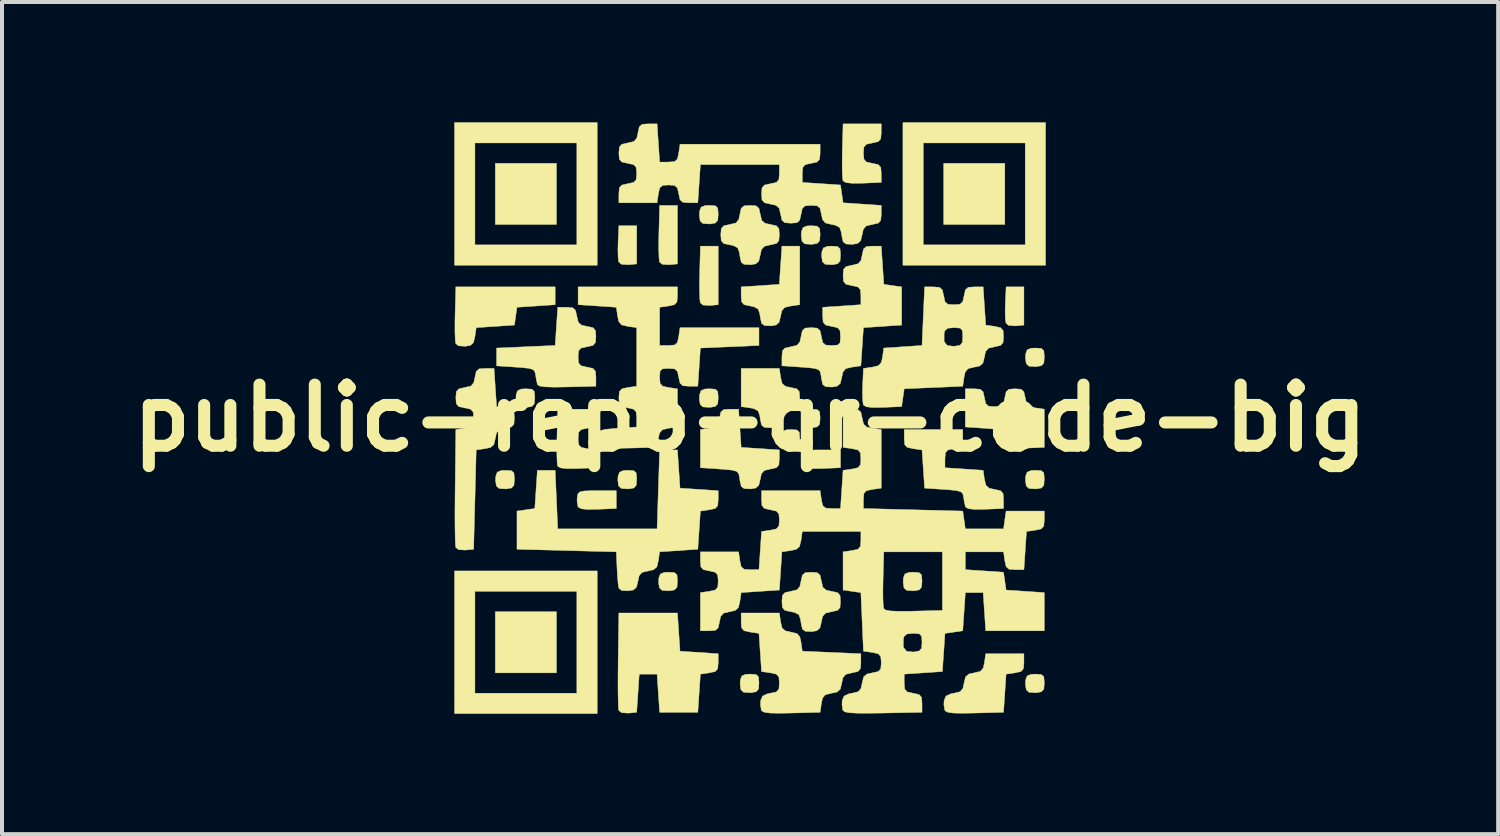
<source format=kicad_pcb>
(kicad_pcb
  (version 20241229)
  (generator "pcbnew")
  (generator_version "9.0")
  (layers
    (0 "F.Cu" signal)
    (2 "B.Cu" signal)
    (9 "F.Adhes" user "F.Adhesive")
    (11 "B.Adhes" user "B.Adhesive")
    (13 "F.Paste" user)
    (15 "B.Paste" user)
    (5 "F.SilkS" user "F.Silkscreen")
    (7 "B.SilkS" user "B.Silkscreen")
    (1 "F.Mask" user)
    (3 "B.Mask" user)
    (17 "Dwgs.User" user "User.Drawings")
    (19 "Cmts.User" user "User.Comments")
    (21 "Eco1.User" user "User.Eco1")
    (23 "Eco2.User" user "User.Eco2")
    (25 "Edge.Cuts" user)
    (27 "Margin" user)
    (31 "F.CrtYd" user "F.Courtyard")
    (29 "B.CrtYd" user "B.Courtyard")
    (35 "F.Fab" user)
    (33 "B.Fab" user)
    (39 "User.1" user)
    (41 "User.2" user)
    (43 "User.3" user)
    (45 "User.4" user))
  (footprint "public-repo-qr-code-big"
    (layer "F.Cu")
    (at 15.646 7.371)
    (property "Reference" "public-repo-qr-code-big" (at 0 0 0) (layer "F.SilkS") (effects (font (size 1.524 1.524) (thickness 0.3))))
    (attr through_hole)
    (fp_poly (pts (xy -4.826 -4.826) (xy -6.35 -4.826) (xy -6.35 -6.35) (xy -4.826 -6.35) (xy -4.826 -4.826)) (stroke (width 0.01) (type solid)) (fill yes) (layer "F.SilkS"))
    (fp_poly (pts (xy -4.826 6.35) (xy -6.35 6.35) (xy -6.35 4.826) (xy -4.826 4.826) (xy -4.826 6.35)) (stroke (width 0.01) (type solid)) (fill yes) (layer "F.SilkS"))
    (fp_poly (pts (xy 6.35 -4.826) (xy 4.826 -4.826) (xy 4.826 -6.35) (xy 6.35 -6.35) (xy 6.35 -4.826)) (stroke (width 0.01) (type solid)) (fill yes) (layer "F.SilkS"))
    (fp_poly (pts (xy -2.826 -3.842) (xy -3.033 -3.822) (xy -3.207 -3.834) (xy -3.274 -3.892) (xy -3.289 -4) (xy -3.294 -4.19) (xy -3.289 -4.388) (xy -3.27 -4.794) (xy -2.826 -4.794) (xy -2.826 -3.842)) (stroke (width 0.01) (type solid)) (fill yes) (layer "F.SilkS"))
    (fp_poly (pts (xy 6.826 -2.318) (xy 6.619 -2.298) (xy 6.445 -2.31) (xy 6.378 -2.368) (xy 6.363 -2.476) (xy 6.358 -2.666) (xy 6.363 -2.864) (xy 6.382 -3.27) (xy 6.826 -3.27) (xy 6.826 -2.318)) (stroke (width 0.01) (type solid)) (fill yes) (layer "F.SilkS"))
    (fp_poly (pts (xy -1.81 -3.842) (xy -2.017 -3.822) (xy -2.188 -3.833) (xy -2.257 -3.89) (xy -2.269 -3.987) (xy -2.276 -4.18) (xy -2.276 -4.438) (xy -2.272 -4.64) (xy -2.254 -5.302) (xy -1.81 -5.302) (xy -1.81 -3.842)) (stroke (width 0.01) (type solid)) (fill yes) (layer "F.SilkS"))
    (fp_poly (pts (xy -0.794 -2.826) (xy -1.001 -2.806) (xy -1.172 -2.817) (xy -1.241 -2.874) (xy -1.253 -2.971) (xy -1.26 -3.164) (xy -1.26 -3.422) (xy -1.256 -3.624) (xy -1.238 -4.286) (xy -0.794 -4.286) (xy -0.794 -2.826)) (stroke (width 0.01) (type solid)) (fill yes) (layer "F.SilkS"))
    (fp_poly (pts (xy -3.81 -3.81) (xy -7.366 -3.81) (xy -7.366 -6.858) (xy -6.858 -6.858) (xy -6.858 -4.318) (xy -4.318 -4.318) (xy -4.318 -6.858) (xy -6.858 -6.858) (xy -7.366 -6.858) (xy -7.366 -7.366) (xy -3.81 -7.366) (xy -3.81 -3.81)) (stroke (width 0.01) (type solid)) (fill yes) (layer "F.SilkS"))
    (fp_poly (pts (xy -3.81 7.366) (xy -7.366 7.366) (xy -7.366 4.318) (xy -6.858 4.318) (xy -6.858 6.858) (xy -4.318 6.858) (xy -4.318 4.318) (xy -6.858 4.318) (xy -7.366 4.318) (xy -7.366 3.81) (xy -3.81 3.81) (xy -3.81 7.366)) (stroke (width 0.01) (type solid)) (fill yes) (layer "F.SilkS"))
    (fp_poly (pts (xy 7.366 -3.81) (xy 3.81 -3.81) (xy 3.81 -6.858) (xy 4.318 -6.858) (xy 4.318 -4.318) (xy 6.858 -4.318) (xy 6.858 -6.858) (xy 4.318 -6.858) (xy 3.81 -6.858) (xy 3.81 -7.366) (xy 7.366 -7.366) (xy 7.366 -3.81)) (stroke (width 0.01) (type solid)) (fill yes) (layer "F.SilkS"))
    (fp_poly (pts (xy -5.947 1.312) (xy -5.886 1.367) (xy -5.874 1.507) (xy -5.874 1.524) (xy -5.885 1.675) (xy -5.945 1.742) (xy -6.081 1.766) (xy -6.257 1.754) (xy -6.324 1.691) (xy -6.344 1.554) (xy -6.339 1.449) (xy -6.302 1.348) (xy -6.204 1.307) (xy -6.096 1.302) (xy -5.947 1.312)) (stroke (width 0.01) (type solid)) (fill yes) (layer "F.SilkS"))
    (fp_poly (pts (xy -5.439 -0.72) (xy -5.378 -0.665) (xy -5.366 -0.525) (xy -5.366 -0.508) (xy -5.377 -0.357) (xy -5.437 -0.29) (xy -5.573 -0.266) (xy -5.749 -0.278) (xy -5.816 -0.341) (xy -5.836 -0.478) (xy -5.831 -0.583) (xy -5.794 -0.684) (xy -5.696 -0.725) (xy -5.588 -0.73) (xy -5.439 -0.72)) (stroke (width 0.01) (type solid)) (fill yes) (layer "F.SilkS"))
    (fp_poly (pts (xy -3.334 2.254) (xy -3.795 2.273) (xy -4.049 2.277) (xy -4.201 2.262) (xy -4.277 2.224) (xy -4.292 2.198) (xy -4.313 2.062) (xy -4.307 1.957) (xy -4.288 1.882) (xy -4.239 1.838) (xy -4.131 1.817) (xy -3.938 1.81) (xy -3.81 1.81) (xy -3.334 1.81) (xy -3.334 2.254)) (stroke (width 0.01) (type solid)) (fill yes) (layer "F.SilkS"))
    (fp_poly (pts (xy -2.899 1.312) (xy -2.838 1.367) (xy -2.826 1.507) (xy -2.826 1.524) (xy -2.837 1.675) (xy -2.897 1.742) (xy -3.033 1.766) (xy -3.209 1.754) (xy -3.276 1.691) (xy -3.296 1.554) (xy -3.291 1.449) (xy -3.254 1.348) (xy -3.156 1.307) (xy -3.048 1.302) (xy -2.899 1.312)) (stroke (width 0.01) (type solid)) (fill yes) (layer "F.SilkS"))
    (fp_poly (pts (xy -1.883 3.852) (xy -1.822 3.907) (xy -1.81 4.047) (xy -1.81 4.064) (xy -1.821 4.215) (xy -1.881 4.282) (xy -2.017 4.306) (xy -2.193 4.294) (xy -2.26 4.231) (xy -2.28 4.094) (xy -2.275 3.989) (xy -2.238 3.888) (xy -2.14 3.847) (xy -2.032 3.842) (xy -1.883 3.852)) (stroke (width 0.01) (type solid)) (fill yes) (layer "F.SilkS"))
    (fp_poly (pts (xy -0.867 -5.292) (xy -0.806 -5.237) (xy -0.794 -5.097) (xy -0.794 -5.08) (xy -0.805 -4.929) (xy -0.865 -4.862) (xy -1.001 -4.838) (xy -1.177 -4.85) (xy -1.244 -4.913) (xy -1.264 -5.05) (xy -1.259 -5.155) (xy -1.222 -5.256) (xy -1.124 -5.297) (xy -1.016 -5.302) (xy -0.867 -5.292)) (stroke (width 0.01) (type solid)) (fill yes) (layer "F.SilkS"))
    (fp_poly (pts (xy -0.867 -0.72) (xy -0.806 -0.665) (xy -0.794 -0.525) (xy -0.794 -0.508) (xy -0.805 -0.357) (xy -0.865 -0.29) (xy -1.001 -0.266) (xy -1.177 -0.278) (xy -1.244 -0.341) (xy -1.264 -0.478) (xy -1.259 -0.583) (xy -1.222 -0.684) (xy -1.124 -0.725) (xy -1.016 -0.73) (xy -0.867 -0.72)) (stroke (width 0.01) (type solid)) (fill yes) (layer "F.SilkS"))
    (fp_poly (pts (xy 0.149 6.392) (xy 0.21 6.447) (xy 0.222 6.587) (xy 0.222 6.604) (xy 0.211 6.755) (xy 0.151 6.822) (xy 0.015 6.846) (xy -0.161 6.834) (xy -0.228 6.771) (xy -0.248 6.634) (xy -0.243 6.529) (xy -0.206 6.428) (xy -0.108 6.387) (xy 0 6.382) (xy 0.149 6.392)) (stroke (width 0.01) (type solid)) (fill yes) (layer "F.SilkS"))
    (fp_poly (pts (xy 1.165 0.296) (xy 1.226 0.351) (xy 1.238 0.491) (xy 1.238 0.508) (xy 1.227 0.659) (xy 1.167 0.726) (xy 1.031 0.75) (xy 0.855 0.738) (xy 0.788 0.675) (xy 0.768 0.538) (xy 0.773 0.433) (xy 0.81 0.332) (xy 0.908 0.291) (xy 1.016 0.286) (xy 1.165 0.296)) (stroke (width 0.01) (type solid)) (fill yes) (layer "F.SilkS"))
    (fp_poly (pts (xy 1.673 -4.784) (xy 1.734 -4.729) (xy 1.746 -4.589) (xy 1.746 -4.572) (xy 1.735 -4.421) (xy 1.675 -4.354) (xy 1.539 -4.33) (xy 1.363 -4.342) (xy 1.296 -4.405) (xy 1.276 -4.542) (xy 1.281 -4.647) (xy 1.318 -4.748) (xy 1.416 -4.789) (xy 1.524 -4.794) (xy 1.673 -4.784)) (stroke (width 0.01) (type solid)) (fill yes) (layer "F.SilkS"))
    (fp_poly (pts (xy 1.673 -0.212) (xy 1.734 -0.157) (xy 1.746 -0.017) (xy 1.746 0) (xy 1.735 0.151) (xy 1.675 0.218) (xy 1.539 0.242) (xy 1.363 0.23) (xy 1.296 0.167) (xy 1.276 0.03) (xy 1.281 -0.075) (xy 1.318 -0.176) (xy 1.416 -0.217) (xy 1.524 -0.222) (xy 1.673 -0.212)) (stroke (width 0.01) (type solid)) (fill yes) (layer "F.SilkS"))
    (fp_poly (pts (xy 2.181 -4.276) (xy 2.242 -4.221) (xy 2.254 -4.081) (xy 2.254 -4.064) (xy 2.243 -3.913) (xy 2.183 -3.846) (xy 2.047 -3.822) (xy 1.871 -3.834) (xy 1.804 -3.897) (xy 1.784 -4.034) (xy 1.789 -4.139) (xy 1.826 -4.24) (xy 1.924 -4.281) (xy 2.032 -4.286) (xy 2.181 -4.276)) (stroke (width 0.01) (type solid)) (fill yes) (layer "F.SilkS"))
    (fp_poly (pts (xy 2.254 1.238) (xy 1.793 1.257) (xy 1.539 1.261) (xy 1.387 1.246) (xy 1.311 1.208) (xy 1.296 1.182) (xy 1.275 1.046) (xy 1.281 0.941) (xy 1.3 0.866) (xy 1.349 0.822) (xy 1.457 0.801) (xy 1.65 0.794) (xy 1.778 0.794) (xy 2.254 0.794) (xy 2.254 1.238)) (stroke (width 0.01) (type solid)) (fill yes) (layer "F.SilkS"))
    (fp_poly (pts (xy 4.213 3.852) (xy 4.274 3.907) (xy 4.286 4.047) (xy 4.286 4.064) (xy 4.275 4.215) (xy 4.215 4.282) (xy 4.079 4.306) (xy 3.903 4.294) (xy 3.836 4.231) (xy 3.816 4.094) (xy 3.821 3.989) (xy 3.858 3.888) (xy 3.956 3.847) (xy 4.064 3.842) (xy 4.213 3.852)) (stroke (width 0.01) (type solid)) (fill yes) (layer "F.SilkS"))
    (fp_poly (pts (xy 7.261 -1.736) (xy 7.322 -1.681) (xy 7.334 -1.541) (xy 7.334 -1.524) (xy 7.323 -1.373) (xy 7.263 -1.306) (xy 7.127 -1.282) (xy 6.951 -1.294) (xy 6.884 -1.357) (xy 6.864 -1.494) (xy 6.869 -1.599) (xy 6.906 -1.7) (xy 7.004 -1.741) (xy 7.112 -1.746) (xy 7.261 -1.736)) (stroke (width 0.01) (type solid)) (fill yes) (layer "F.SilkS"))
    (fp_poly (pts (xy 7.261 1.312) (xy 7.322 1.367) (xy 7.334 1.507) (xy 7.334 1.524) (xy 7.323 1.675) (xy 7.263 1.742) (xy 7.127 1.766) (xy 6.951 1.754) (xy 6.884 1.691) (xy 6.864 1.554) (xy 6.869 1.449) (xy 6.906 1.348) (xy 7.004 1.307) (xy 7.112 1.302) (xy 7.261 1.312)) (stroke (width 0.01) (type solid)) (fill yes) (layer "F.SilkS"))
    (fp_poly (pts (xy 7.261 6.392) (xy 7.322 6.447) (xy 7.334 6.587) (xy 7.334 6.604) (xy 7.323 6.755) (xy 7.263 6.822) (xy 7.127 6.846) (xy 6.951 6.834) (xy 6.884 6.771) (xy 6.864 6.634) (xy 6.869 6.529) (xy 6.906 6.428) (xy 7.004 6.387) (xy 7.112 6.382) (xy 7.261 6.392)) (stroke (width 0.01) (type solid)) (fill yes) (layer "F.SilkS"))
    (fp_poly (pts (xy -4.858 -2.826) (xy -5.81 -2.762) (xy -5.874 -2.318) (xy -6.826 -2.254) (xy -6.858 -2.032) (xy -6.895 -1.88) (xy -6.972 -1.812) (xy -7.097 -1.79) (xy -7.268 -1.801) (xy -7.337 -1.858) (xy -7.349 -1.955) (xy -7.356 -2.148) (xy -7.356 -2.406) (xy -7.352 -2.608) (xy -7.334 -3.27) (xy -4.858 -3.27) (xy -4.858 -2.826)) (stroke (width 0.01) (type solid)) (fill yes) (layer "F.SilkS"))
    (fp_poly (pts (xy -1.746 5.81) (xy -0.794 5.874) (xy -0.794 6.096) (xy -0.806 6.247) (xy -0.868 6.317) (xy -1.016 6.35) (xy -1.238 6.382) (xy -1.302 7.334) (xy -2.254 7.334) (xy -2.318 6.382) (xy -2.762 6.382) (xy -2.826 7.334) (xy -3.033 7.354) (xy -3.201 7.344) (xy -3.272 7.289) (xy -3.282 7.2) (xy -3.288 7.007) (xy -3.292 6.73) (xy -3.291 6.391) (xy -3.288 6.03) (xy -3.27 4.858) (xy -1.81 4.858) (xy -1.746 5.81)) (stroke (width 0.01) (type solid)) (fill yes) (layer "F.SilkS"))
    (fp_poly (pts (xy 1.238 -2.826) (xy 1.016 -2.794) (xy 0.862 -2.757) (xy 0.791 -2.674) (xy 0.762 -2.54) (xy 0.725 -2.388) (xy 0.648 -2.32) (xy 0.523 -2.298) (xy 0.358 -2.307) (xy 0.288 -2.361) (xy 0.259 -2.488) (xy 0.241 -2.603) (xy 0.201 -2.718) (xy 0.093 -2.776) (xy 0 -2.794) (xy -0.149 -2.827) (xy -0.211 -2.898) (xy -0.222 -3.048) (xy -0.222 -3.27) (xy 0.73 -3.334) (xy 0.794 -4.286) (xy 1.238 -4.286) (xy 1.238 -2.826)) (stroke (width 0.01) (type solid)) (fill yes) (layer "F.SilkS"))
    (fp_poly (pts (xy -3.842 0) (xy -3.854 0.151) (xy -3.916 0.221) (xy -4.064 0.254) (xy -4.213 0.287) (xy -4.275 0.358) (xy -4.286 0.508) (xy -4.274 0.659) (xy -4.212 0.729) (xy -4.064 0.762) (xy -3.915 0.795) (xy -3.853 0.866) (xy -3.842 1.016) (xy -3.842 1.238) (xy -4.303 1.257) (xy -4.563 1.26) (xy -4.719 1.243) (xy -4.791 1.202) (xy -4.798 1.189) (xy -4.81 1.092) (xy -4.816 0.9) (xy -4.816 0.642) (xy -4.812 0.44) (xy -4.794 -0.222) (xy -3.842 -0.222) (xy -3.842 0)) (stroke (width 0.01) (type solid)) (fill yes) (layer "F.SilkS"))
    (fp_poly (pts (xy 3.27 -7.112) (xy 3.258 -6.961) (xy 3.196 -6.891) (xy 3.048 -6.858) (xy 2.899 -6.825) (xy 2.837 -6.754) (xy 2.826 -6.604) (xy 2.838 -6.453) (xy 2.9 -6.383) (xy 3.048 -6.35) (xy 3.197 -6.317) (xy 3.259 -6.246) (xy 3.27 -6.096) (xy 3.27 -5.874) (xy 2.809 -5.855) (xy 2.549 -5.852) (xy 2.393 -5.869) (xy 2.321 -5.91) (xy 2.314 -5.923) (xy 2.302 -6.02) (xy 2.296 -6.212) (xy 2.296 -6.47) (xy 2.3 -6.672) (xy 2.318 -7.334) (xy 3.27 -7.334) (xy 3.27 -7.112)) (stroke (width 0.01) (type solid)) (fill yes) (layer "F.SilkS"))
    (fp_poly (pts (xy 0.762 -1.016) (xy 0.799 -0.862) (xy 0.882 -0.791) (xy 1.016 -0.762) (xy 1.165 -0.729) (xy 1.227 -0.658) (xy 1.238 -0.508) (xy 1.226 -0.357) (xy 1.164 -0.287) (xy 1.016 -0.254) (xy 0.862 -0.217) (xy 0.791 -0.134) (xy 0.762 0) (xy 0.725 0.152) (xy 0.648 0.22) (xy 0.523 0.242) (xy 0.358 0.233) (xy 0.288 0.179) (xy 0.259 0.052) (xy 0.241 -0.064) (xy 0.201 -0.178) (xy 0.093 -0.236) (xy 0 -0.254) (xy -0.222 -0.286) (xy -0.222 -1.238) (xy 0.73 -1.238) (xy 0.762 -1.016)) (stroke (width 0.01) (type solid)) (fill yes) (layer "F.SilkS"))
    (fp_poly (pts (xy 6.826 6.096) (xy 6.814 6.247) (xy 6.752 6.317) (xy 6.604 6.35) (xy 6.382 6.382) (xy 6.318 7.334) (xy 5.603 7.352) (xy 5.281 7.357) (xy 5.064 7.352) (xy 4.934 7.334) (xy 4.868 7.302) (xy 4.852 7.277) (xy 4.831 7.142) (xy 4.837 7.037) (xy 4.884 6.928) (xy 5.007 6.871) (xy 5.08 6.858) (xy 5.234 6.821) (xy 5.305 6.738) (xy 5.334 6.604) (xy 5.371 6.45) (xy 5.454 6.379) (xy 5.588 6.35) (xy 5.742 6.313) (xy 5.813 6.23) (xy 5.842 6.096) (xy 5.874 5.874) (xy 6.826 5.874) (xy 6.826 6.096)) (stroke (width 0.01) (type solid)) (fill yes) (layer "F.SilkS"))
    (fp_poly (pts (xy -0.222 0.73) (xy 0.73 0.794) (xy 0.73 1.016) (xy 0.718 1.167) (xy 0.656 1.237) (xy 0.508 1.27) (xy 0.354 1.307) (xy 0.283 1.39) (xy 0.254 1.524) (xy 0.217 1.676) (xy 0.14 1.744) (xy 0.015 1.766) (xy -0.15 1.757) (xy -0.22 1.703) (xy -0.249 1.576) (xy -0.267 1.46) (xy -0.285 1.379) (xy -0.333 1.329) (xy -0.439 1.299) (xy -0.632 1.279) (xy -0.762 1.27) (xy -1.238 1.238) (xy -1.238 0.286) (xy -1.016 0.254) (xy -0.862 0.217) (xy -0.791 0.134) (xy -0.762 0) (xy -0.729 -0.149) (xy -0.658 -0.211) (xy -0.508 -0.222) (xy -0.286 -0.222) (xy -0.222 0.73)) (stroke (width 0.01) (type solid)) (fill yes) (layer "F.SilkS"))
    (fp_poly (pts (xy -1.746 1.746) (xy -0.794 1.81) (xy -0.794 2.032) (xy -0.806 2.183) (xy -0.868 2.253) (xy -1.016 2.286) (xy -1.238 2.318) (xy -1.302 3.27) (xy -2.254 3.334) (xy -2.286 3.556) (xy -2.323 3.71) (xy -2.406 3.781) (xy -2.54 3.81) (xy -2.694 3.847) (xy -2.765 3.93) (xy -2.794 4.064) (xy -2.831 4.216) (xy -2.908 4.284) (xy -3.033 4.306) (xy -3.199 4.297) (xy -3.269 4.243) (xy -3.287 4.139) (xy -3.305 3.951) (xy -3.316 3.747) (xy -3.334 3.334) (xy -5.81 3.27) (xy -5.81 2.318) (xy -5.366 2.254) (xy -5.302 1.302) (xy -4.858 1.302) (xy -4.794 2.762) (xy -2.318 2.762) (xy -2.254 0.794) (xy -1.81 0.794) (xy -1.746 1.746)) (stroke (width 0.01) (type solid)) (fill yes) (layer "F.SilkS"))
    (fp_poly (pts (xy 5.739 -0.718) (xy 5.809 -0.656) (xy 5.842 -0.508) (xy 5.875 -0.359) (xy 5.946 -0.297) (xy 6.096 -0.286) (xy 6.247 -0.298) (xy 6.317 -0.36) (xy 6.35 -0.508) (xy 6.383 -0.657) (xy 6.454 -0.719) (xy 6.604 -0.73) (xy 6.755 -0.718) (xy 6.825 -0.656) (xy 6.858 -0.508) (xy 6.895 -0.354) (xy 6.978 -0.283) (xy 7.112 -0.254) (xy 7.334 -0.222) (xy 7.334 0.73) (xy 6.873 0.749) (xy 6.608 0.752) (xy 6.452 0.733) (xy 6.386 0.69) (xy 6.384 0.685) (xy 6.355 0.56) (xy 6.337 0.445) (xy 6.319 0.363) (xy 6.271 0.313) (xy 6.165 0.283) (xy 5.972 0.263) (xy 5.842 0.254) (xy 5.366 0.222) (xy 5.366 -0.73) (xy 5.588 -0.73) (xy 5.739 -0.718)) (stroke (width 0.01) (type solid)) (fill yes) (layer "F.SilkS"))
    (fp_poly (pts (xy 0.151 -5.29) (xy 0.221 -5.228) (xy 0.254 -5.08) (xy 0.291 -4.926) (xy 0.374 -4.855) (xy 0.508 -4.826) (xy 0.657 -4.793) (xy 0.719 -4.722) (xy 0.73 -4.572) (xy 0.718 -4.421) (xy 0.656 -4.351) (xy 0.508 -4.318) (xy 0.354 -4.281) (xy 0.283 -4.198) (xy 0.254 -4.064) (xy 0.217 -3.912) (xy 0.14 -3.844) (xy 0.015 -3.822) (xy -0.15 -3.831) (xy -0.22 -3.885) (xy -0.249 -4.012) (xy -0.267 -4.128) (xy -0.307 -4.242) (xy -0.415 -4.3) (xy -0.508 -4.318) (xy -0.657 -4.351) (xy -0.719 -4.422) (xy -0.73 -4.572) (xy -0.718 -4.723) (xy -0.656 -4.793) (xy -0.508 -4.826) (xy -0.354 -4.863) (xy -0.283 -4.946) (xy -0.254 -5.08) (xy -0.221 -5.229) (xy -0.15 -5.291) (xy 0 -5.302) (xy 0.151 -5.29)) (stroke (width 0.01) (type solid)) (fill yes) (layer "F.SilkS"))
    (fp_poly (pts (xy 1.675 3.854) (xy 1.745 3.916) (xy 1.778 4.064) (xy 1.815 4.218) (xy 1.898 4.289) (xy 2.032 4.318) (xy 2.181 4.351) (xy 2.243 4.422) (xy 2.254 4.572) (xy 2.242 4.723) (xy 2.18 4.793) (xy 2.032 4.826) (xy 1.878 4.863) (xy 1.807 4.946) (xy 1.778 5.08) (xy 1.741 5.232) (xy 1.664 5.3) (xy 1.539 5.322) (xy 1.374 5.313) (xy 1.304 5.259) (xy 1.275 5.132) (xy 1.257 5.016) (xy 1.217 4.902) (xy 1.109 4.844) (xy 1.016 4.826) (xy 0.867 4.793) (xy 0.805 4.722) (xy 0.794 4.572) (xy 0.806 4.421) (xy 0.868 4.351) (xy 1.016 4.318) (xy 1.17 4.281) (xy 1.241 4.198) (xy 1.27 4.064) (xy 1.303 3.915) (xy 1.374 3.853) (xy 1.524 3.842) (xy 1.675 3.854)) (stroke (width 0.01) (type solid)) (fill yes) (layer "F.SilkS"))
    (fp_poly (pts (xy 5.302 0.508) (xy 5.29 0.659) (xy 5.228 0.729) (xy 5.08 0.762) (xy 4.931 0.795) (xy 4.869 0.866) (xy 4.858 1.016) (xy 4.858 1.238) (xy 5.81 1.302) (xy 5.842 1.524) (xy 5.879 1.678) (xy 5.962 1.749) (xy 6.096 1.778) (xy 6.245 1.811) (xy 6.307 1.882) (xy 6.318 2.032) (xy 6.318 2.254) (xy 5.857 2.273) (xy 5.592 2.276) (xy 5.436 2.257) (xy 5.37 2.214) (xy 5.368 2.209) (xy 5.339 2.084) (xy 5.321 1.968) (xy 5.303 1.887) (xy 5.255 1.837) (xy 5.149 1.807) (xy 4.956 1.787) (xy 4.826 1.778) (xy 4.35 1.746) (xy 4.286 0.794) (xy 4.064 0.762) (xy 3.915 0.729) (xy 3.853 0.658) (xy 3.842 0.508) (xy 3.842 0.286) (xy 5.302 0.286) (xy 5.302 0.508)) (stroke (width 0.01) (type solid)) (fill yes) (layer "F.SilkS"))
    (fp_poly (pts (xy -4.421 -2.75) (xy -4.351 -2.688) (xy -4.318 -2.54) (xy -4.281 -2.386) (xy -4.198 -2.315) (xy -4.064 -2.286) (xy -3.915 -2.253) (xy -3.853 -2.182) (xy -3.842 -2.032) (xy -3.854 -1.881) (xy -3.916 -1.811) (xy -4.064 -1.778) (xy -4.213 -1.745) (xy -4.275 -1.674) (xy -4.286 -1.524) (xy -4.274 -1.373) (xy -4.212 -1.303) (xy -4.064 -1.27) (xy -3.915 -1.237) (xy -3.853 -1.166) (xy -3.842 -1.016) (xy -3.842 -0.794) (xy -4.557 -0.776) (xy -4.891 -0.771) (xy -5.114 -0.779) (xy -5.245 -0.799) (xy -5.299 -0.835) (xy -5.3 -0.839) (xy -5.329 -0.964) (xy -5.347 -1.079) (xy -5.365 -1.161) (xy -5.413 -1.211) (xy -5.519 -1.241) (xy -5.712 -1.261) (xy -5.842 -1.27) (xy -6.318 -1.302) (xy -6.318 -1.746) (xy -4.858 -1.81) (xy -4.794 -2.762) (xy -4.572 -2.762) (xy -4.421 -2.75)) (stroke (width 0.01) (type solid)) (fill yes) (layer "F.SilkS"))
    (fp_poly (pts (xy -6.318 -0.286) (xy -6.096 -0.254) (xy -5.947 -0.221) (xy -5.885 -0.15) (xy -5.874 0) (xy -5.886 0.151) (xy -5.948 0.221) (xy -6.096 0.254) (xy -6.25 0.291) (xy -6.321 0.374) (xy -6.35 0.508) (xy -6.387 0.662) (xy -6.47 0.733) (xy -6.604 0.762) (xy -6.826 0.794) (xy -6.89 3.27) (xy -7.097 3.29) (xy -7.265 3.28) (xy -7.336 3.225) (xy -7.345 3.139) (xy -7.351 2.946) (xy -7.355 2.664) (xy -7.356 2.314) (xy -7.353 1.914) (xy -7.351 1.713) (xy -7.334 0.286) (xy -7.112 0.254) (xy -6.963 0.221) (xy -6.901 0.15) (xy -6.89 0) (xy -6.902 -0.151) (xy -6.964 -0.221) (xy -7.112 -0.254) (xy -7.261 -0.287) (xy -7.323 -0.358) (xy -7.334 -0.508) (xy -7.322 -0.659) (xy -7.26 -0.729) (xy -7.112 -0.762) (xy -6.958 -0.799) (xy -6.887 -0.882) (xy -6.858 -1.016) (xy -6.825 -1.165) (xy -6.754 -1.227) (xy -6.604 -1.238) (xy -6.382 -1.238) (xy -6.318 -0.286)) (stroke (width 0.01) (type solid)) (fill yes) (layer "F.SilkS"))
    (fp_poly (pts (xy 0.762 5.08) (xy 0.799 5.234) (xy 0.882 5.305) (xy 1.016 5.334) (xy 1.17 5.371) (xy 1.241 5.454) (xy 1.27 5.588) (xy 1.302 5.81) (xy 2.762 5.874) (xy 2.762 6.096) (xy 2.75 6.247) (xy 2.688 6.317) (xy 2.54 6.35) (xy 2.386 6.387) (xy 2.315 6.47) (xy 2.286 6.604) (xy 2.249 6.758) (xy 2.166 6.829) (xy 2.032 6.858) (xy 1.878 6.895) (xy 1.807 6.978) (xy 1.778 7.112) (xy 1.746 7.334) (xy 1.031 7.352) (xy 0.709 7.357) (xy 0.492 7.352) (xy 0.362 7.334) (xy 0.296 7.302) (xy 0.28 7.277) (xy 0.259 7.142) (xy 0.265 7.037) (xy 0.312 6.928) (xy 0.435 6.871) (xy 0.508 6.858) (xy 0.657 6.825) (xy 0.719 6.754) (xy 0.73 6.604) (xy 0.718 6.453) (xy 0.656 6.383) (xy 0.508 6.35) (xy 0.286 6.318) (xy 0.222 5.366) (xy 0 5.334) (xy -0.149 5.301) (xy -0.211 5.23) (xy -0.222 5.08) (xy -0.222 4.858) (xy 0.73 4.858) (xy 0.762 5.08)) (stroke (width 0.01) (type solid)) (fill yes) (layer "F.SilkS"))
    (fp_poly (pts (xy 3.334 -3.334) (xy 3.778 -3.27) (xy 3.778 -2.318) (xy 2.826 -2.254) (xy 2.762 -1.302) (xy 2.54 -1.27) (xy 2.386 -1.233) (xy 2.315 -1.15) (xy 2.286 -1.016) (xy 2.249 -0.864) (xy 2.172 -0.796) (xy 2.047 -0.774) (xy 1.882 -0.783) (xy 1.812 -0.837) (xy 1.783 -0.964) (xy 1.765 -1.079) (xy 1.747 -1.161) (xy 1.699 -1.211) (xy 1.593 -1.241) (xy 1.4 -1.261) (xy 1.27 -1.27) (xy 0.794 -1.302) (xy 0.794 -1.524) (xy 0.806 -1.675) (xy 0.868 -1.745) (xy 1.016 -1.778) (xy 1.17 -1.815) (xy 1.241 -1.898) (xy 1.27 -2.032) (xy 1.303 -2.181) (xy 1.374 -2.243) (xy 1.524 -2.254) (xy 1.675 -2.242) (xy 1.745 -2.18) (xy 1.778 -2.032) (xy 1.811 -1.883) (xy 1.882 -1.821) (xy 2.032 -1.81) (xy 2.181 -1.82) (xy 2.242 -1.875) (xy 2.254 -2.015) (xy 2.254 -2.032) (xy 2.242 -2.183) (xy 2.18 -2.253) (xy 2.032 -2.286) (xy 1.883 -2.319) (xy 1.821 -2.39) (xy 1.81 -2.54) (xy 1.81 -2.762) (xy 2.762 -2.826) (xy 2.762 -3.048) (xy 2.75 -3.199) (xy 2.688 -3.269) (xy 2.54 -3.302) (xy 2.391 -3.335) (xy 2.329 -3.406) (xy 2.318 -3.556) (xy 2.33 -3.707) (xy 2.392 -3.777) (xy 2.54 -3.81) (xy 2.694 -3.847) (xy 2.765 -3.93) (xy 2.794 -4.064) (xy 2.827 -4.213) (xy 2.898 -4.275) (xy 3.048 -4.286) (xy 3.27 -4.286) (xy 3.334 -3.334)) (stroke (width 0.01) (type solid)) (fill yes) (layer "F.SilkS"))
    (fp_poly (pts (xy 4.723 -3.258) (xy 4.793 -3.196) (xy 4.826 -3.048) (xy 4.859 -2.899) (xy 4.93 -2.837) (xy 5.08 -2.826) (xy 5.231 -2.838) (xy 5.301 -2.9) (xy 5.334 -3.048) (xy 5.367 -3.197) (xy 5.438 -3.259) (xy 5.588 -3.27) (xy 5.81 -3.27) (xy 5.874 -2.318) (xy 6.096 -2.286) (xy 6.245 -2.253) (xy 6.307 -2.182) (xy 6.318 -2.032) (xy 6.306 -1.881) (xy 6.244 -1.811) (xy 6.096 -1.778) (xy 5.942 -1.741) (xy 5.871 -1.658) (xy 5.842 -1.524) (xy 5.805 -1.37) (xy 5.722 -1.299) (xy 5.588 -1.27) (xy 5.434 -1.233) (xy 5.363 -1.15) (xy 5.334 -1.016) (xy 5.302 -0.794) (xy 3.842 -0.73) (xy 3.778 -0.286) (xy 3.317 -0.267) (xy 3.059 -0.263) (xy 2.905 -0.28) (xy 2.831 -0.32) (xy 2.822 -0.337) (xy 2.807 -0.444) (xy 2.802 -0.634) (xy 2.807 -0.832) (xy 2.826 -1.238) (xy 3.048 -1.27) (xy 3.202 -1.307) (xy 3.273 -1.39) (xy 3.302 -1.524) (xy 3.334 -1.746) (xy 4.286 -1.81) (xy 4.299 -2.107) (xy 4.837 -2.107) (xy 4.837 -1.91) (xy 4.915 -1.808) (xy 5.081 -1.789) (xy 5.095 -1.79) (xy 5.235 -1.816) (xy 5.292 -1.885) (xy 5.302 -2.032) (xy 5.292 -2.181) (xy 5.237 -2.242) (xy 5.097 -2.254) (xy 5.08 -2.254) (xy 4.925 -2.239) (xy 4.855 -2.178) (xy 4.837 -2.107) (xy 4.299 -2.107) (xy 4.35 -3.27) (xy 4.572 -3.27) (xy 4.723 -3.258)) (stroke (width 0.01) (type solid)) (fill yes) (layer "F.SilkS"))
    (fp_poly (pts (xy -1.81 -3.048) (xy -1.822 -2.897) (xy -1.884 -2.827) (xy -2.032 -2.794) (xy -2.254 -2.762) (xy -2.254 -1.81) (xy -2.032 -1.81) (xy -1.881 -1.822) (xy -1.811 -1.884) (xy -1.778 -2.032) (xy -1.746 -2.254) (xy 0.222 -2.254) (xy 0.222 -1.81) (xy -1.238 -1.746) (xy -1.302 -0.794) (xy -1.524 -0.794) (xy -1.675 -0.806) (xy -1.745 -0.868) (xy -1.778 -1.016) (xy -1.811 -1.165) (xy -1.882 -1.227) (xy -2.032 -1.238) (xy -2.181 -1.228) (xy -2.242 -1.173) (xy -2.254 -1.033) (xy -2.254 -1.016) (xy -2.242 -0.865) (xy -2.18 -0.795) (xy -2.032 -0.762) (xy -1.81 -0.73) (xy -1.81 0.222) (xy -2.032 0.254) (xy -2.186 0.291) (xy -2.257 0.374) (xy -2.286 0.508) (xy -2.318 0.73) (xy -3.033 0.748) (xy -3.355 0.753) (xy -3.572 0.748) (xy -3.702 0.73) (xy -3.768 0.698) (xy -3.784 0.673) (xy -3.805 0.538) (xy -3.799 0.433) (xy -3.778 0.357) (xy -3.723 0.31) (xy -3.606 0.281) (xy -3.4 0.261) (xy -3.302 0.254) (xy -2.826 0.222) (xy -2.826 0) (xy -2.838 -0.151) (xy -2.9 -0.221) (xy -3.048 -0.254) (xy -3.197 -0.287) (xy -3.259 -0.358) (xy -3.27 -0.508) (xy -3.258 -0.659) (xy -3.196 -0.729) (xy -3.048 -0.762) (xy -2.826 -0.794) (xy -2.826 -2.254) (xy -3.048 -2.286) (xy -3.202 -2.323) (xy -3.273 -2.406) (xy -3.302 -2.54) (xy -3.334 -2.762) (xy -4.286 -2.826) (xy -4.286 -3.27) (xy -1.81 -3.27) (xy -1.81 -3.048)) (stroke (width 0.01) (type solid)) (fill yes) (layer "F.SilkS"))
    (fp_poly (pts (xy -2.254 -6.382) (xy -2.032 -6.382) (xy -1.881 -6.394) (xy -1.811 -6.456) (xy -1.778 -6.604) (xy -1.746 -6.826) (xy 1.746 -6.826) (xy 1.746 -6.604) (xy 1.734 -6.453) (xy 1.672 -6.383) (xy 1.524 -6.35) (xy 1.375 -6.317) (xy 1.313 -6.246) (xy 1.302 -6.096) (xy 1.302 -5.874) (xy 2.254 -5.81) (xy 2.318 -5.366) (xy 3.27 -5.302) (xy 3.27 -5.08) (xy 3.258 -4.929) (xy 3.196 -4.859) (xy 3.048 -4.826) (xy 2.894 -4.789) (xy 2.823 -4.706) (xy 2.794 -4.572) (xy 2.757 -4.42) (xy 2.68 -4.352) (xy 2.555 -4.33) (xy 2.39 -4.339) (xy 2.32 -4.393) (xy 2.291 -4.52) (xy 2.273 -4.636) (xy 2.233 -4.75) (xy 2.125 -4.808) (xy 2.032 -4.826) (xy 1.878 -4.863) (xy 1.807 -4.946) (xy 1.778 -5.08) (xy 1.745 -5.229) (xy 1.674 -5.291) (xy 1.524 -5.302) (xy 1.373 -5.29) (xy 1.303 -5.228) (xy 1.27 -5.08) (xy 1.237 -4.931) (xy 1.166 -4.869) (xy 1.016 -4.858) (xy 0.865 -4.87) (xy 0.795 -4.932) (xy 0.762 -5.08) (xy 0.725 -5.234) (xy 0.642 -5.305) (xy 0.508 -5.334) (xy 0.359 -5.367) (xy 0.297 -5.438) (xy 0.286 -5.588) (xy 0.298 -5.739) (xy 0.36 -5.809) (xy 0.508 -5.842) (xy 0.657 -5.875) (xy 0.719 -5.946) (xy 0.73 -6.096) (xy 0.73 -6.318) (xy -1.238 -6.318) (xy -1.302 -5.366) (xy -1.524 -5.366) (xy -1.675 -5.378) (xy -1.745 -5.44) (xy -1.778 -5.588) (xy -1.811 -5.737) (xy -1.882 -5.799) (xy -2.032 -5.81) (xy -2.183 -5.798) (xy -2.253 -5.736) (xy -2.286 -5.588) (xy -2.318 -5.366) (xy -3.27 -5.366) (xy -3.27 -5.588) (xy -3.258 -5.739) (xy -3.196 -5.809) (xy -3.048 -5.842) (xy -2.899 -5.875) (xy -2.837 -5.946) (xy -2.826 -6.096) (xy -2.838 -6.247) (xy -2.9 -6.317) (xy -3.048 -6.35) (xy -3.197 -6.383) (xy -3.259 -6.454) (xy -3.27 -6.604) (xy -3.258 -6.755) (xy -3.196 -6.825) (xy -3.048 -6.858) (xy -2.894 -6.895) (xy -2.823 -6.978) (xy -2.794 -7.112) (xy -2.761 -7.261) (xy -2.69 -7.323) (xy -2.54 -7.334) (xy -2.318 -7.334) (xy -2.254 -6.382)) (stroke (width 0.01) (type solid)) (fill yes) (layer "F.SilkS"))
    (fp_poly (pts (xy 2.691 -0.21) (xy 2.761 -0.148) (xy 2.794 0) (xy 2.831 0.154) (xy 2.914 0.225) (xy 3.048 0.254) (xy 3.27 0.286) (xy 3.27 1.746) (xy 3.048 1.778) (xy 2.899 1.811) (xy 2.837 1.882) (xy 2.826 2.032) (xy 2.826 2.254) (xy 5.302 2.318) (xy 5.366 2.762) (xy 6.318 2.762) (xy 6.382 2.318) (xy 7.334 2.318) (xy 7.334 2.54) (xy 7.322 2.691) (xy 7.26 2.761) (xy 7.112 2.794) (xy 6.89 2.826) (xy 6.826 3.778) (xy 6.604 3.778) (xy 6.453 3.766) (xy 6.383 3.704) (xy 6.35 3.556) (xy 6.318 3.334) (xy 5.366 3.334) (xy 5.366 3.778) (xy 6.318 3.842) (xy 6.382 4.286) (xy 7.334 4.35) (xy 7.334 5.302) (xy 5.874 5.302) (xy 5.81 4.35) (xy 5.366 4.35) (xy 5.302 5.302) (xy 4.858 5.366) (xy 4.794 6.318) (xy 3.842 6.382) (xy 3.842 6.604) (xy 3.854 6.755) (xy 3.916 6.825) (xy 4.064 6.858) (xy 4.213 6.891) (xy 4.275 6.962) (xy 4.286 7.112) (xy 4.286 7.334) (xy 3.317 7.352) (xy 2.935 7.357) (xy 2.663 7.355) (xy 2.482 7.345) (xy 2.374 7.325) (xy 2.322 7.294) (xy 2.311 7.277) (xy 2.291 7.142) (xy 2.297 7.037) (xy 2.344 6.928) (xy 2.467 6.871) (xy 2.54 6.858) (xy 2.694 6.821) (xy 2.765 6.738) (xy 2.794 6.604) (xy 2.831 6.45) (xy 2.914 6.379) (xy 3.048 6.35) (xy 3.197 6.317) (xy 3.259 6.246) (xy 3.27 6.096) (xy 3.258 5.945) (xy 3.196 5.875) (xy 3.048 5.842) (xy 2.826 5.81) (xy 2.813 5.513) (xy 3.821 5.513) (xy 3.821 5.71) (xy 3.899 5.812) (xy 4.065 5.831) (xy 4.079 5.83) (xy 4.219 5.804) (xy 4.276 5.735) (xy 4.286 5.588) (xy 4.276 5.439) (xy 4.221 5.378) (xy 4.081 5.366) (xy 4.064 5.366) (xy 3.909 5.381) (xy 3.839 5.442) (xy 3.821 5.513) (xy 2.813 5.513) (xy 2.762 4.35) (xy 2.318 4.286) (xy 2.318 4.28) (xy 3.311 4.28) (xy 3.313 4.521) (xy 3.321 4.688) (xy 3.33 4.744) (xy 3.375 4.783) (xy 3.484 4.806) (xy 3.678 4.816) (xy 3.974 4.815) (xy 4.079 4.812) (xy 4.794 4.794) (xy 4.794 3.334) (xy 3.334 3.334) (xy 3.316 3.996) (xy 3.311 4.28) (xy 2.318 4.28) (xy 2.318 3.334) (xy 2.54 3.302) (xy 2.689 3.269) (xy 2.751 3.198) (xy 2.762 3.048) (xy 2.762 2.826) (xy 1.302 2.826) (xy 1.27 3.048) (xy 1.233 3.202) (xy 1.15 3.273) (xy 1.016 3.302) (xy 0.794 3.334) (xy 0.73 4.286) (xy -0.222 4.35) (xy -0.254 4.572) (xy -0.291 4.726) (xy -0.374 4.797) (xy -0.508 4.826) (xy -0.662 4.863) (xy -0.733 4.946) (xy -0.762 5.08) (xy -0.795 5.229) (xy -0.866 5.291) (xy -1.016 5.302) (xy -1.238 5.302) (xy -1.238 4.35) (xy -1.016 4.318) (xy -0.867 4.285) (xy -0.805 4.214) (xy -0.794 4.064) (xy -0.806 3.913) (xy -0.868 3.843) (xy -1.016 3.81) (xy -1.165 3.777) (xy -1.227 3.706) (xy -1.238 3.556) (xy -1.238 3.334) (xy -0.286 3.334) (xy -0.254 3.556) (xy -0.221 3.705) (xy -0.15 3.767) (xy 0 3.778) (xy 0.222 3.778) (xy 0.286 2.826) (xy 0.508 2.794) (xy 0.657 2.761) (xy 0.719 2.69) (xy 0.73 2.54) (xy 0.718 2.389) (xy 0.656 2.319) (xy 0.508 2.286) (xy 0.359 2.253) (xy 0.297 2.182) (xy 0.286 2.032) (xy 0.286 1.81) (xy 1.746 1.81) (xy 1.778 2.032) (xy 1.811 2.181) (xy 1.882 2.243) (xy 2.032 2.254) (xy 2.254 2.254) (xy 2.318 1.302) (xy 2.54 1.27) (xy 2.689 1.237) (xy 2.751 1.166) (xy 2.762 1.016) (xy 2.75 0.865) (xy 2.688 0.795) (xy 2.54 0.762) (xy 2.318 0.73) (xy 2.318 -0.222) (xy 2.54 -0.222) (xy 2.691 -0.21)) (stroke (width 0.01) (type solid)) (fill yes) (layer "F.SilkS")))
  (gr_rect
    (start -3 -3)
    (end 34.293 17.742)
    (stroke (width 0.1) (type default))
    (fill no)
    (layer "Edge.Cuts")))
</source>
